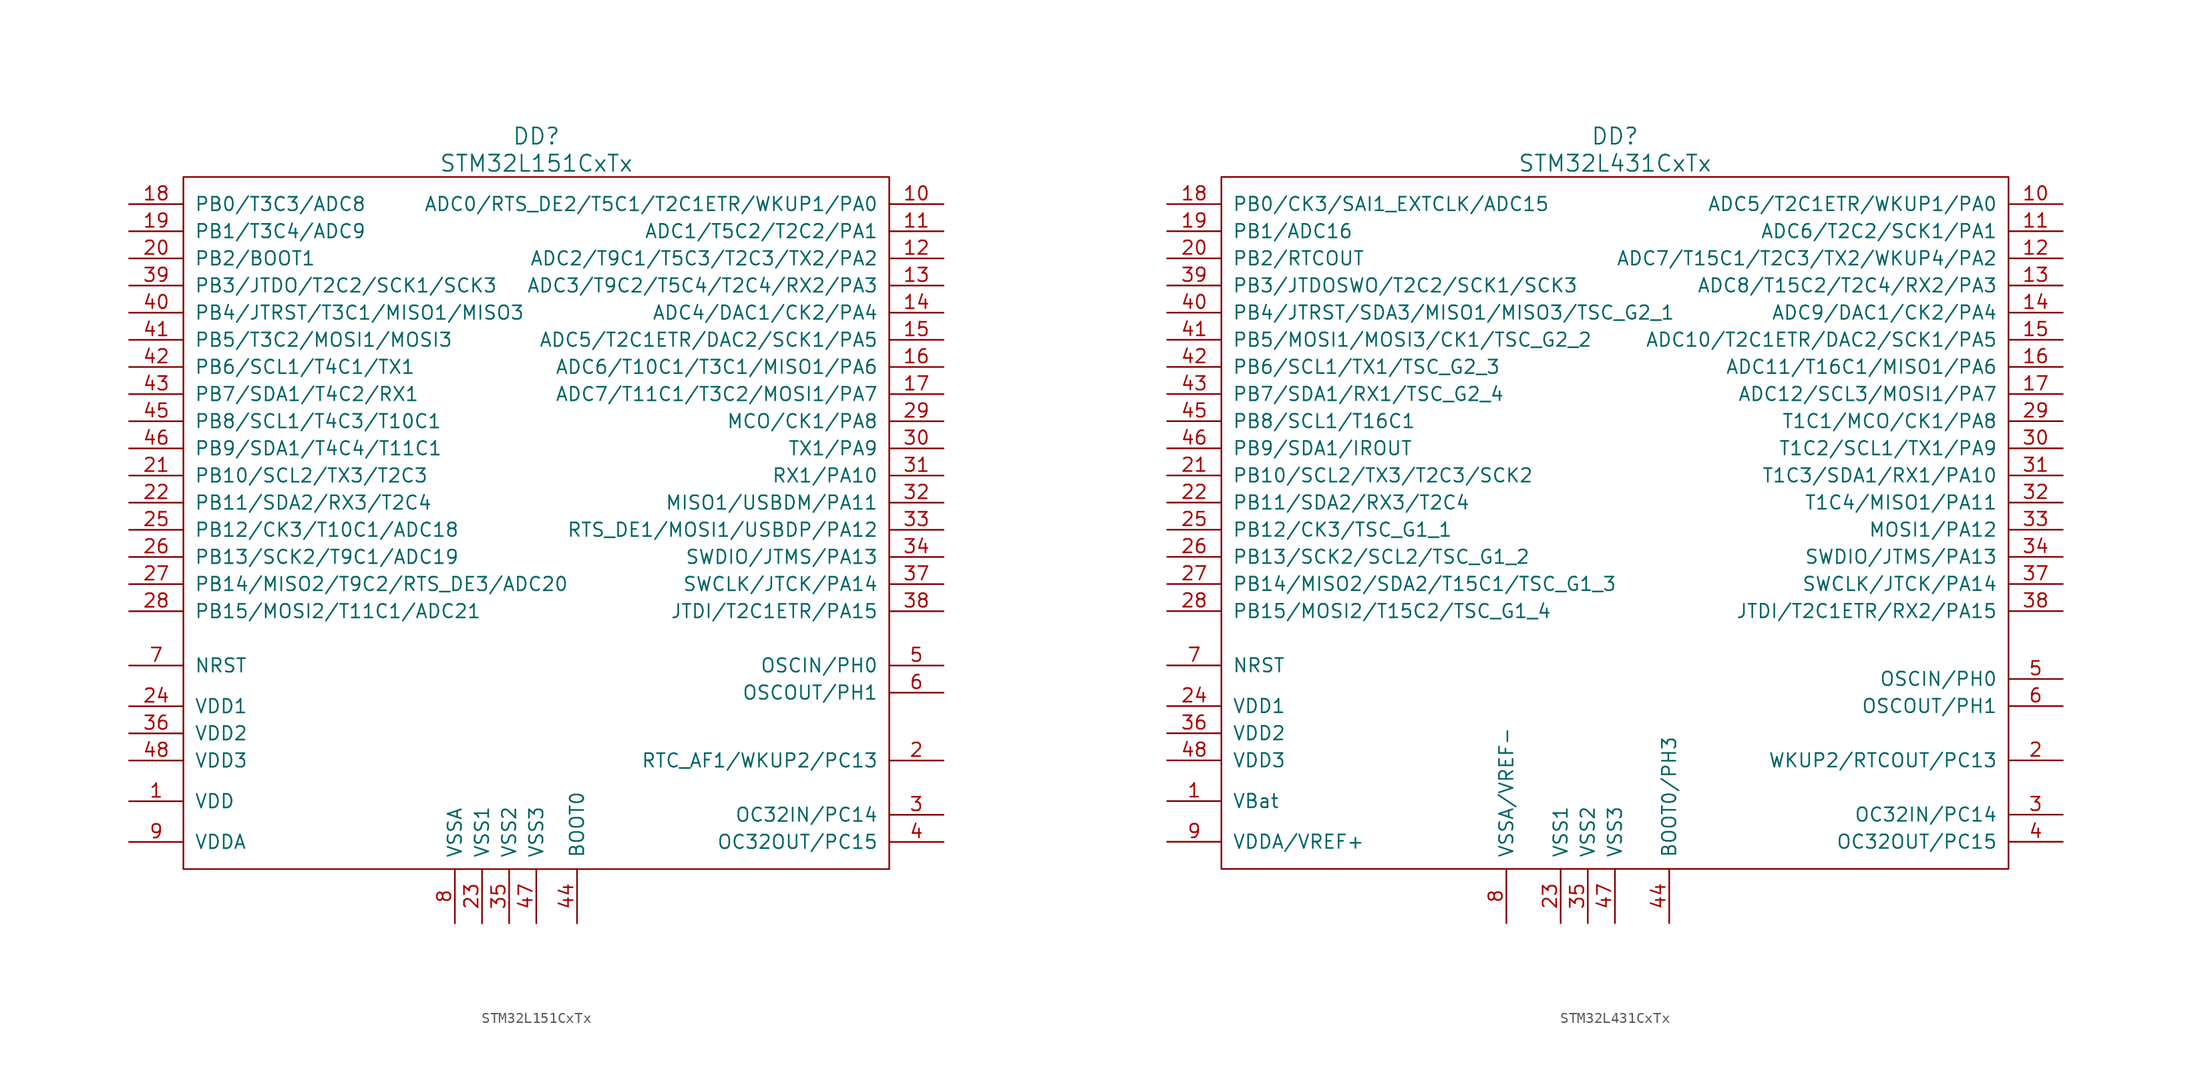
<source format=kicad_sym>
(kicad_symbol_lib
  (version 20220914)
  (generator kicad_symbol_editor)
  (symbol "STM32L151CxTx"
    (pin_names
      (offset 1.016))
    (property "Reference" "DD"
      (at 0 35.56 0)
      (effects (font (size 1.524 1.524))))
    (property "Value" "STM32L151CxTx"
      (at 0 33.02 0)
      (effects (font (size 1.524 1.524))))
    (symbol "STM32L151CxTx_0_1"
      (rectangle (start -33.02 31.75) (end 33.02 -33.02) (stroke (width 0) (type solid)) (fill (type none))))
    (symbol "STM32L151CxTx_1_1"
      (pin power_in line (at -38.1 -26.67 0) (length 5.08) (name "VDD" (effects (font (size 1.27 1.27)))) (number "1" (effects (font (size 1.27 1.27)))))
      (pin passive line (at 38.1 29.21 180) (length 5.08) (name "ADC0/RTS_DE2/T5C1/T2C1ETR/WKUP1/PA0" (effects (font (size 1.27 1.27)))) (number "10" (effects (font (size 1.27 1.27)))))
      (pin passive line (at 38.1 26.67 180) (length 5.08) (name "ADC1/T5C2/T2C2/PA1" (effects (font (size 1.27 1.27)))) (number "11" (effects (font (size 1.27 1.27)))))
      (pin passive line (at 38.1 24.13 180) (length 5.08) (name "ADC2/T9C1/T5C3/T2C3/TX2/PA2" (effects (font (size 1.27 1.27)))) (number "12" (effects (font (size 1.27 1.27)))))
      (pin passive line (at 38.1 21.59 180) (length 5.08) (name "ADC3/T9C2/T5C4/T2C4/RX2/PA3" (effects (font (size 1.27 1.27)))) (number "13" (effects (font (size 1.27 1.27)))))
      (pin passive line (at 38.1 19.05 180) (length 5.08) (name "ADC4/DAC1/CK2/PA4" (effects (font (size 1.27 1.27)))) (number "14" (effects (font (size 1.27 1.27)))))
      (pin passive line (at 38.1 16.51 180) (length 5.08) (name "ADC5/T2C1ETR/DAC2/SCK1/PA5" (effects (font (size 1.27 1.27)))) (number "15" (effects (font (size 1.27 1.27)))))
      (pin passive line (at 38.1 13.97 180) (length 5.08) (name "ADC6/T10C1/T3C1/MISO1/PA6" (effects (font (size 1.27 1.27)))) (number "16" (effects (font (size 1.27 1.27)))))
      (pin passive line (at 38.1 11.43 180) (length 5.08) (name "ADC7/T11C1/T3C2/MOSI1/PA7" (effects (font (size 1.27 1.27)))) (number "17" (effects (font (size 1.27 1.27)))))
      (pin passive line (at -38.1 29.21 0) (length 5.08) (name "PB0/T3C3/ADC8" (effects (font (size 1.27 1.27)))) (number "18" (effects (font (size 1.27 1.27)))))
      (pin passive line (at -38.1 26.67 0) (length 5.08) (name "PB1/T3C4/ADC9" (effects (font (size 1.27 1.27)))) (number "19" (effects (font (size 1.27 1.27)))))
      (pin passive line (at 38.1 -22.86 180) (length 5.08) (name "RTC_AF1/WKUP2/PC13" (effects (font (size 1.27 1.27)))) (number "2" (effects (font (size 1.27 1.27)))))
      (pin passive line (at -38.1 24.13 0) (length 5.08) (name "PB2/BOOT1" (effects (font (size 1.27 1.27)))) (number "20" (effects (font (size 1.27 1.27)))))
      (pin passive line (at -38.1 3.81 0) (length 5.08) (name "PB10/SCL2/TX3/T2C3" (effects (font (size 1.27 1.27)))) (number "21" (effects (font (size 1.27 1.27)))))
      (pin passive line (at -38.1 1.27 0) (length 5.08) (name "PB11/SDA2/RX3/T2C4" (effects (font (size 1.27 1.27)))) (number "22" (effects (font (size 1.27 1.27)))))
      (pin power_in line (at -5.08 -38.1 90) (length 5.08) (name "VSS1" (effects (font (size 1.27 1.27)))) (number "23" (effects (font (size 1.27 1.27)))))
      (pin power_in line (at -38.1 -17.78 0) (length 5.08) (name "VDD1" (effects (font (size 1.27 1.27)))) (number "24" (effects (font (size 1.27 1.27)))))
      (pin passive line (at -38.1 -1.27 0) (length 5.08) (name "PB12/CK3/T10C1/ADC18" (effects (font (size 1.27 1.27)))) (number "25" (effects (font (size 1.27 1.27)))))
      (pin passive line (at -38.1 -3.81 0) (length 5.08) (name "PB13/SCK2/T9C1/ADC19" (effects (font (size 1.27 1.27)))) (number "26" (effects (font (size 1.27 1.27)))))
      (pin passive line (at -38.1 -6.35 0) (length 5.08) (name "PB14/MISO2/T9C2/RTS_DE3/ADC20" (effects (font (size 1.27 1.27)))) (number "27" (effects (font (size 1.27 1.27)))))
      (pin passive line (at -38.1 -8.89 0) (length 5.08) (name "PB15/MOSI2/T11C1/ADC21" (effects (font (size 1.27 1.27)))) (number "28" (effects (font (size 1.27 1.27)))))
      (pin passive line (at 38.1 8.89 180) (length 5.08) (name "MCO/CK1/PA8" (effects (font (size 1.27 1.27)))) (number "29" (effects (font (size 1.27 1.27)))))
      (pin passive line (at 38.1 -27.94 180) (length 5.08) (name "OC32IN/PC14" (effects (font (size 1.27 1.27)))) (number "3" (effects (font (size 1.27 1.27)))))
      (pin passive line (at 38.1 6.35 180) (length 5.08) (name "TX1/PA9" (effects (font (size 1.27 1.27)))) (number "30" (effects (font (size 1.27 1.27)))))
      (pin passive line (at 38.1 3.81 180) (length 5.08) (name "RX1/PA10" (effects (font (size 1.27 1.27)))) (number "31" (effects (font (size 1.27 1.27)))))
      (pin passive line (at 38.1 1.27 180) (length 5.08) (name "MISO1/USBDM/PA11" (effects (font (size 1.27 1.27)))) (number "32" (effects (font (size 1.27 1.27)))))
      (pin passive line (at 38.1 -1.27 180) (length 5.08) (name "RTS_DE1/MOSI1/USBDP/PA12" (effects (font (size 1.27 1.27)))) (number "33" (effects (font (size 1.27 1.27)))))
      (pin passive line (at 38.1 -3.81 180) (length 5.08) (name "SWDIO/JTMS/PA13" (effects (font (size 1.27 1.27)))) (number "34" (effects (font (size 1.27 1.27)))))
      (pin power_in line (at -2.54 -38.1 90) (length 5.08) (name "VSS2" (effects (font (size 1.27 1.27)))) (number "35" (effects (font (size 1.27 1.27)))))
      (pin power_in line (at -38.1 -20.32 0) (length 5.08) (name "VDD2" (effects (font (size 1.27 1.27)))) (number "36" (effects (font (size 1.27 1.27)))))
      (pin passive line (at 38.1 -6.35 180) (length 5.08) (name "SWCLK/JTCK/PA14" (effects (font (size 1.27 1.27)))) (number "37" (effects (font (size 1.27 1.27)))))
      (pin passive line (at 38.1 -8.89 180) (length 5.08) (name "JTDI/T2C1ETR/PA15" (effects (font (size 1.27 1.27)))) (number "38" (effects (font (size 1.27 1.27)))))
      (pin passive line (at -38.1 21.59 0) (length 5.08) (name "PB3/JTDO/T2C2/SCK1/SCK3" (effects (font (size 1.27 1.27)))) (number "39" (effects (font (size 1.27 1.27)))))
      (pin passive line (at 38.1 -30.48 180) (length 5.08) (name "OC32OUT/PC15" (effects (font (size 1.27 1.27)))) (number "4" (effects (font (size 1.27 1.27)))))
      (pin passive line (at -38.1 19.05 0) (length 5.08) (name "PB4/JTRST/T3C1/MISO1/MISO3" (effects (font (size 1.27 1.27)))) (number "40" (effects (font (size 1.27 1.27)))))
      (pin passive line (at -38.1 16.51 0) (length 5.08) (name "PB5/T3C2/MOSI1/MOSI3" (effects (font (size 1.27 1.27)))) (number "41" (effects (font (size 1.27 1.27)))))
      (pin passive line (at -38.1 13.97 0) (length 5.08) (name "PB6/SCL1/T4C1/TX1" (effects (font (size 1.27 1.27)))) (number "42" (effects (font (size 1.27 1.27)))))
      (pin passive line (at -38.1 11.43 0) (length 5.08) (name "PB7/SDA1/T4C2/RX1" (effects (font (size 1.27 1.27)))) (number "43" (effects (font (size 1.27 1.27)))))
      (pin passive line (at 3.81 -38.1 90) (length 5.08) (name "BOOT0" (effects (font (size 1.27 1.27)))) (number "44" (effects (font (size 1.27 1.27)))))
      (pin passive line (at -38.1 8.89 0) (length 5.08) (name "PB8/SCL1/T4C3/T10C1" (effects (font (size 1.27 1.27)))) (number "45" (effects (font (size 1.27 1.27)))))
      (pin passive line (at -38.1 6.35 0) (length 5.08) (name "PB9/SDA1/T4C4/T11C1" (effects (font (size 1.27 1.27)))) (number "46" (effects (font (size 1.27 1.27)))))
      (pin power_in line (at 0 -38.1 90) (length 5.08) (name "VSS3" (effects (font (size 1.27 1.27)))) (number "47" (effects (font (size 1.27 1.27)))))
      (pin power_in line (at -38.1 -22.86 0) (length 5.08) (name "VDD3" (effects (font (size 1.27 1.27)))) (number "48" (effects (font (size 1.27 1.27)))))
      (pin passive line (at 38.1 -13.97 180) (length 5.08) (name "OSCIN/PH0" (effects (font (size 1.27 1.27)))) (number "5" (effects (font (size 1.27 1.27)))))
      (pin passive line (at 38.1 -16.51 180) (length 5.08) (name "OSCOUT/PH1" (effects (font (size 1.27 1.27)))) (number "6" (effects (font (size 1.27 1.27)))))
      (pin passive line (at -38.1 -13.97 0) (length 5.08) (name "NRST" (effects (font (size 1.27 1.27)))) (number "7" (effects (font (size 1.27 1.27)))))
      (pin power_in line (at -7.62 -38.1 90) (length 5.08) (name "VSSA" (effects (font (size 1.27 1.27)))) (number "8" (effects (font (size 1.27 1.27)))))
      (pin power_in line (at -38.1 -30.48 0) (length 5.08) (name "VDDA" (effects (font (size 1.27 1.27)))) (number "9" (effects (font (size 1.27 1.27)))))))
  (symbol "STM32L431CxTx"
    (pin_names
      (offset 1.016))
    (property "Reference" "DD"
      (at 0 35.56 0)
      (effects (font (size 1.524 1.524))))
    (property "Value" "STM32L431CxTx"
      (at 0 33.02 0)
      (effects (font (size 1.524 1.524))))
    (symbol "STM32L431CxTx_0_1"
      (rectangle (start -36.83 31.75) (end 36.83 -33.02) (stroke (width 0) (type solid)) (fill (type none))))
    (symbol "STM32L431CxTx_1_1"
      (pin power_in line (at -41.91 -26.67 0) (length 5.08) (name "VBat" (effects (font (size 1.27 1.27)))) (number "1" (effects (font (size 1.27 1.27)))))
      (pin passive line (at 41.91 29.21 180) (length 5.08) (name "ADC5/T2C1ETR/WKUP1/PA0" (effects (font (size 1.27 1.27)))) (number "10" (effects (font (size 1.27 1.27)))))
      (pin passive line (at 41.91 26.67 180) (length 5.08) (name "ADC6/T2C2/SCK1/PA1" (effects (font (size 1.27 1.27)))) (number "11" (effects (font (size 1.27 1.27)))))
      (pin passive line (at 41.91 24.13 180) (length 5.08) (name "ADC7/T15C1/T2C3/TX2/WKUP4/PA2" (effects (font (size 1.27 1.27)))) (number "12" (effects (font (size 1.27 1.27)))))
      (pin passive line (at 41.91 21.59 180) (length 5.08) (name "ADC8/T15C2/T2C4/RX2/PA3" (effects (font (size 1.27 1.27)))) (number "13" (effects (font (size 1.27 1.27)))))
      (pin passive line (at 41.91 19.05 180) (length 5.08) (name "ADC9/DAC1/CK2/PA4" (effects (font (size 1.27 1.27)))) (number "14" (effects (font (size 1.27 1.27)))))
      (pin passive line (at 41.91 16.51 180) (length 5.08) (name "ADC10/T2C1ETR/DAC2/SCK1/PA5" (effects (font (size 1.27 1.27)))) (number "15" (effects (font (size 1.27 1.27)))))
      (pin passive line (at 41.91 13.97 180) (length 5.08) (name "ADC11/T16C1/MISO1/PA6" (effects (font (size 1.27 1.27)))) (number "16" (effects (font (size 1.27 1.27)))))
      (pin passive line (at 41.91 11.43 180) (length 5.08) (name "ADC12/SCL3/MOSI1/PA7" (effects (font (size 1.27 1.27)))) (number "17" (effects (font (size 1.27 1.27)))))
      (pin passive line (at -41.91 29.21 0) (length 5.08) (name "PB0/CK3/SAI1_EXTCLK/ADC15" (effects (font (size 1.27 1.27)))) (number "18" (effects (font (size 1.27 1.27)))))
      (pin passive line (at -41.91 26.67 0) (length 5.08) (name "PB1/ADC16" (effects (font (size 1.27 1.27)))) (number "19" (effects (font (size 1.27 1.27)))))
      (pin passive line (at 41.91 -22.86 180) (length 5.08) (name "WKUP2/RTCOUT/PC13" (effects (font (size 1.27 1.27)))) (number "2" (effects (font (size 1.27 1.27)))))
      (pin passive line (at -41.91 24.13 0) (length 5.08) (name "PB2/RTCOUT" (effects (font (size 1.27 1.27)))) (number "20" (effects (font (size 1.27 1.27)))))
      (pin passive line (at -41.91 3.81 0) (length 5.08) (name "PB10/SCL2/TX3/T2C3/SCK2" (effects (font (size 1.27 1.27)))) (number "21" (effects (font (size 1.27 1.27)))))
      (pin passive line (at -41.91 1.27 0) (length 5.08) (name "PB11/SDA2/RX3/T2C4" (effects (font (size 1.27 1.27)))) (number "22" (effects (font (size 1.27 1.27)))))
      (pin power_in line (at -5.08 -38.1 90) (length 5.08) (name "VSS1" (effects (font (size 1.27 1.27)))) (number "23" (effects (font (size 1.27 1.27)))))
      (pin power_in line (at -41.91 -17.78 0) (length 5.08) (name "VDD1" (effects (font (size 1.27 1.27)))) (number "24" (effects (font (size 1.27 1.27)))))
      (pin passive line (at -41.91 -1.27 0) (length 5.08) (name "PB12/CK3/TSC_G1_1" (effects (font (size 1.27 1.27)))) (number "25" (effects (font (size 1.27 1.27)))))
      (pin passive line (at -41.91 -3.81 0) (length 5.08) (name "PB13/SCK2/SCL2/TSC_G1_2" (effects (font (size 1.27 1.27)))) (number "26" (effects (font (size 1.27 1.27)))))
      (pin passive line (at -41.91 -6.35 0) (length 5.08) (name "PB14/MISO2/SDA2/T15C1/TSC_G1_3" (effects (font (size 1.27 1.27)))) (number "27" (effects (font (size 1.27 1.27)))))
      (pin passive line (at -41.91 -8.89 0) (length 5.08) (name "PB15/MOSI2/T15C2/TSC_G1_4" (effects (font (size 1.27 1.27)))) (number "28" (effects (font (size 1.27 1.27)))))
      (pin passive line (at 41.91 8.89 180) (length 5.08) (name "T1C1/MCO/CK1/PA8" (effects (font (size 1.27 1.27)))) (number "29" (effects (font (size 1.27 1.27)))))
      (pin passive line (at 41.91 -27.94 180) (length 5.08) (name "OC32IN/PC14" (effects (font (size 1.27 1.27)))) (number "3" (effects (font (size 1.27 1.27)))))
      (pin passive line (at 41.91 6.35 180) (length 5.08) (name "T1C2/SCL1/TX1/PA9" (effects (font (size 1.27 1.27)))) (number "30" (effects (font (size 1.27 1.27)))))
      (pin passive line (at 41.91 3.81 180) (length 5.08) (name "T1C3/SDA1/RX1/PA10" (effects (font (size 1.27 1.27)))) (number "31" (effects (font (size 1.27 1.27)))))
      (pin passive line (at 41.91 1.27 180) (length 5.08) (name "T1C4/MISO1/PA11" (effects (font (size 1.27 1.27)))) (number "32" (effects (font (size 1.27 1.27)))))
      (pin passive line (at 41.91 -1.27 180) (length 5.08) (name "MOSI1/PA12" (effects (font (size 1.27 1.27)))) (number "33" (effects (font (size 1.27 1.27)))))
      (pin passive line (at 41.91 -3.81 180) (length 5.08) (name "SWDIO/JTMS/PA13" (effects (font (size 1.27 1.27)))) (number "34" (effects (font (size 1.27 1.27)))))
      (pin power_in line (at -2.54 -38.1 90) (length 5.08) (name "VSS2" (effects (font (size 1.27 1.27)))) (number "35" (effects (font (size 1.27 1.27)))))
      (pin power_in line (at -41.91 -20.32 0) (length 5.08) (name "VDD2" (effects (font (size 1.27 1.27)))) (number "36" (effects (font (size 1.27 1.27)))))
      (pin passive line (at 41.91 -6.35 180) (length 5.08) (name "SWCLK/JTCK/PA14" (effects (font (size 1.27 1.27)))) (number "37" (effects (font (size 1.27 1.27)))))
      (pin passive line (at 41.91 -8.89 180) (length 5.08) (name "JTDI/T2C1ETR/RX2/PA15" (effects (font (size 1.27 1.27)))) (number "38" (effects (font (size 1.27 1.27)))))
      (pin passive line (at -41.91 21.59 0) (length 5.08) (name "PB3/JTDOSWO/T2C2/SCK1/SCK3" (effects (font (size 1.27 1.27)))) (number "39" (effects (font (size 1.27 1.27)))))
      (pin passive line (at 41.91 -30.48 180) (length 5.08) (name "OC32OUT/PC15" (effects (font (size 1.27 1.27)))) (number "4" (effects (font (size 1.27 1.27)))))
      (pin passive line (at -41.91 19.05 0) (length 5.08) (name "PB4/JTRST/SDA3/MISO1/MISO3/TSC_G2_1" (effects (font (size 1.27 1.27)))) (number "40" (effects (font (size 1.27 1.27)))))
      (pin passive line (at -41.91 16.51 0) (length 5.08) (name "PB5/MOSI1/MOSI3/CK1/TSC_G2_2" (effects (font (size 1.27 1.27)))) (number "41" (effects (font (size 1.27 1.27)))))
      (pin passive line (at -41.91 13.97 0) (length 5.08) (name "PB6/SCL1/TX1/TSC_G2_3" (effects (font (size 1.27 1.27)))) (number "42" (effects (font (size 1.27 1.27)))))
      (pin passive line (at -41.91 11.43 0) (length 5.08) (name "PB7/SDA1/RX1/TSC_G2_4" (effects (font (size 1.27 1.27)))) (number "43" (effects (font (size 1.27 1.27)))))
      (pin passive line (at 5.08 -38.1 90) (length 5.08) (name "BOOT0/PH3" (effects (font (size 1.27 1.27)))) (number "44" (effects (font (size 1.27 1.27)))))
      (pin passive line (at -41.91 8.89 0) (length 5.08) (name "PB8/SCL1/T16C1" (effects (font (size 1.27 1.27)))) (number "45" (effects (font (size 1.27 1.27)))))
      (pin passive line (at -41.91 6.35 0) (length 5.08) (name "PB9/SDA1/IROUT" (effects (font (size 1.27 1.27)))) (number "46" (effects (font (size 1.27 1.27)))))
      (pin power_in line (at 0 -38.1 90) (length 5.08) (name "VSS3" (effects (font (size 1.27 1.27)))) (number "47" (effects (font (size 1.27 1.27)))))
      (pin power_in line (at -41.91 -22.86 0) (length 5.08) (name "VDD3" (effects (font (size 1.27 1.27)))) (number "48" (effects (font (size 1.27 1.27)))))
      (pin passive line (at 41.91 -15.24 180) (length 5.08) (name "OSCIN/PH0" (effects (font (size 1.27 1.27)))) (number "5" (effects (font (size 1.27 1.27)))))
      (pin passive line (at 41.91 -17.78 180) (length 5.08) (name "OSCOUT/PH1" (effects (font (size 1.27 1.27)))) (number "6" (effects (font (size 1.27 1.27)))))
      (pin passive line (at -41.91 -13.97 0) (length 5.08) (name "NRST" (effects (font (size 1.27 1.27)))) (number "7" (effects (font (size 1.27 1.27)))))
      (pin power_in line (at -10.16 -38.1 90) (length 5.08) (name "VSSA/VREF-" (effects (font (size 1.27 1.27)))) (number "8" (effects (font (size 1.27 1.27)))))
      (pin power_in line (at -41.91 -30.48 0) (length 5.08) (name "VDDA/VREF+" (effects (font (size 1.27 1.27)))) (number "9" (effects (font (size 1.27 1.27))))))))
</source>
